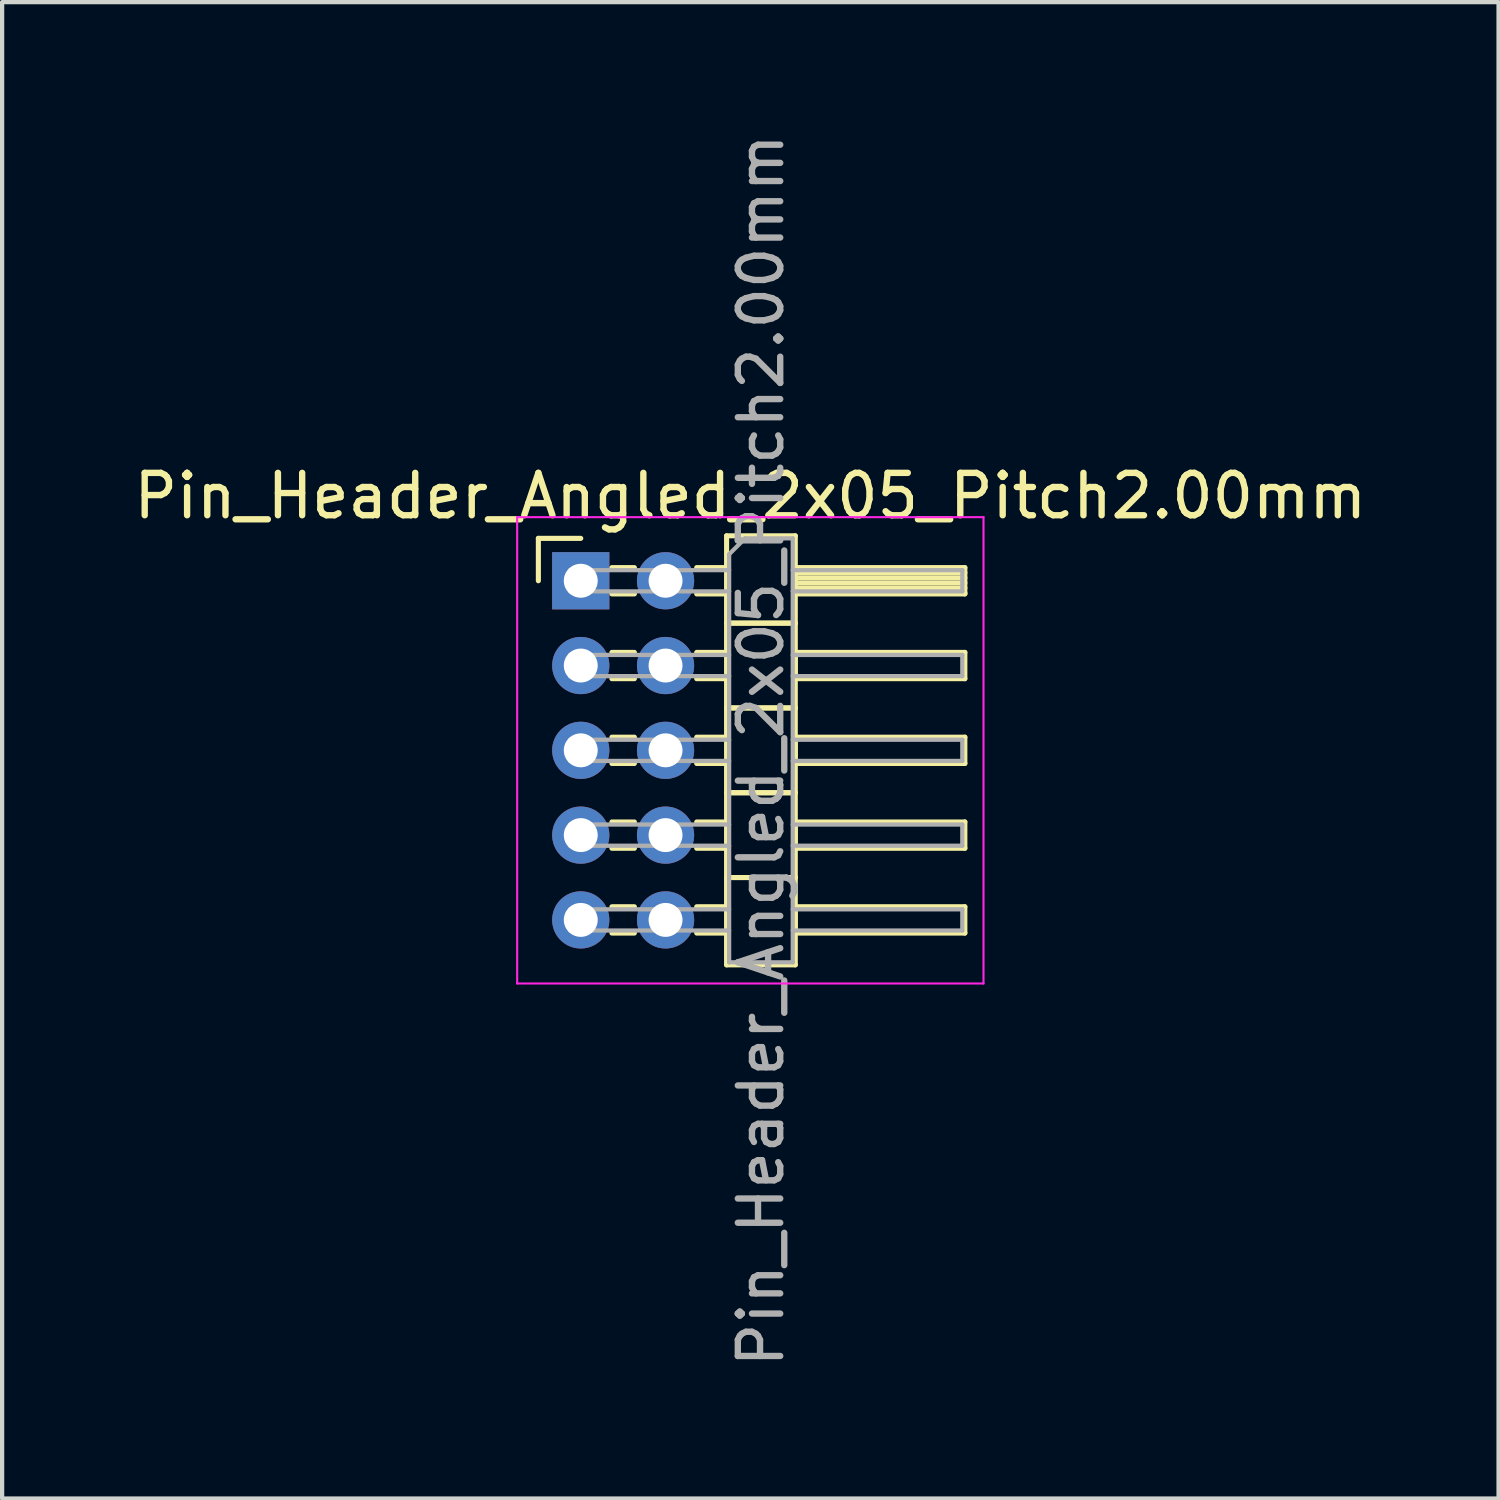
<source format=kicad_pcb>
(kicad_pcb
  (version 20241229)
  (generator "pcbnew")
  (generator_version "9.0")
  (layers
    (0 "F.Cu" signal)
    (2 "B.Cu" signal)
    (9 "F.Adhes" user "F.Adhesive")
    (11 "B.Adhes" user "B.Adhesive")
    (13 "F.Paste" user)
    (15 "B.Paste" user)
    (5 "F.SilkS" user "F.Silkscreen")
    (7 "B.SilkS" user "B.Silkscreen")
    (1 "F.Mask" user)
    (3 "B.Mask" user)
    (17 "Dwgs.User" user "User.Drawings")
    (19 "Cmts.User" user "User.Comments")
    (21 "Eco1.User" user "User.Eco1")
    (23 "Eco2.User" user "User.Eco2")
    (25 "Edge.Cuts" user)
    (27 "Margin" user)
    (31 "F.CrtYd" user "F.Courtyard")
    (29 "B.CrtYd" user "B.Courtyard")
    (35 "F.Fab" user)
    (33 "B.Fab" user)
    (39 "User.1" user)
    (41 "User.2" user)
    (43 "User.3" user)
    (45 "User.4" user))
  (footprint "Pin_Header_Angled_2x05_Pitch2.00mm"
    (layer "F.Cu")
    (at 10.649 10.649)
    (property "Reference" "Pin_Header_Angled_2x05_Pitch2.00mm" (at 4 -2 0) (layer "F.SilkS") (effects (font (size 1 1) (thickness 0.15))))
    (attr through_hole)
    (fp_line (start -1 -1) (end 0 -1) (stroke (width 0.12) (type solid)) (layer "F.SilkS"))
    (fp_line (start -1 0) (end -1 -1) (stroke (width 0.12) (type solid)) (layer "F.SilkS"))
    (fp_line (start 0.735 -0.31) (end 1.265 -0.31) (stroke (width 0.12) (type solid)) (layer "F.SilkS"))
    (fp_line (start 0.735 0.31) (end 1.265 0.31) (stroke (width 0.12) (type solid)) (layer "F.SilkS"))
    (fp_line (start 0.735 1.69) (end 1.265 1.69) (stroke (width 0.12) (type solid)) (layer "F.SilkS"))
    (fp_line (start 0.735 2.31) (end 1.265 2.31) (stroke (width 0.12) (type solid)) (layer "F.SilkS"))
    (fp_line (start 0.735 3.69) (end 1.265 3.69) (stroke (width 0.12) (type solid)) (layer "F.SilkS"))
    (fp_line (start 0.735 4.31) (end 1.265 4.31) (stroke (width 0.12) (type solid)) (layer "F.SilkS"))
    (fp_line (start 0.735 5.69) (end 1.265 5.69) (stroke (width 0.12) (type solid)) (layer "F.SilkS"))
    (fp_line (start 0.735 6.31) (end 1.265 6.31) (stroke (width 0.12) (type solid)) (layer "F.SilkS"))
    (fp_line (start 0.735 7.69) (end 1.265 7.69) (stroke (width 0.12) (type solid)) (layer "F.SilkS"))
    (fp_line (start 0.735 8.31) (end 1.265 8.31) (stroke (width 0.12) (type solid)) (layer "F.SilkS"))
    (fp_line (start 2.735 -0.31) (end 3.44 -0.31) (stroke (width 0.12) (type solid)) (layer "F.SilkS"))
    (fp_line (start 2.735 0.31) (end 3.44 0.31) (stroke (width 0.12) (type solid)) (layer "F.SilkS"))
    (fp_line (start 2.735 1.69) (end 3.44 1.69) (stroke (width 0.12) (type solid)) (layer "F.SilkS"))
    (fp_line (start 2.735 2.31) (end 3.44 2.31) (stroke (width 0.12) (type solid)) (layer "F.SilkS"))
    (fp_line (start 2.735 3.69) (end 3.44 3.69) (stroke (width 0.12) (type solid)) (layer "F.SilkS"))
    (fp_line (start 2.735 4.31) (end 3.44 4.31) (stroke (width 0.12) (type solid)) (layer "F.SilkS"))
    (fp_line (start 2.735 5.69) (end 3.44 5.69) (stroke (width 0.12) (type solid)) (layer "F.SilkS"))
    (fp_line (start 2.735 6.31) (end 3.44 6.31) (stroke (width 0.12) (type solid)) (layer "F.SilkS"))
    (fp_line (start 2.735 7.69) (end 3.44 7.69) (stroke (width 0.12) (type solid)) (layer "F.SilkS"))
    (fp_line (start 2.735 8.31) (end 3.44 8.31) (stroke (width 0.12) (type solid)) (layer "F.SilkS"))
    (fp_line (start 3.44 -1.06) (end 3.44 1) (stroke (width 0.12) (type solid)) (layer "F.SilkS"))
    (fp_line (start 3.44 1) (end 3.44 3) (stroke (width 0.12) (type solid)) (layer "F.SilkS"))
    (fp_line (start 3.44 1) (end 5.06 1) (stroke (width 0.12) (type solid)) (layer "F.SilkS"))
    (fp_line (start 3.44 3) (end 3.44 5) (stroke (width 0.12) (type solid)) (layer "F.SilkS"))
    (fp_line (start 3.44 3) (end 5.06 3) (stroke (width 0.12) (type solid)) (layer "F.SilkS"))
    (fp_line (start 3.44 5) (end 3.44 7) (stroke (width 0.12) (type solid)) (layer "F.SilkS"))
    (fp_line (start 3.44 5) (end 5.06 5) (stroke (width 0.12) (type solid)) (layer "F.SilkS"))
    (fp_line (start 3.44 7) (end 3.44 9.06) (stroke (width 0.12) (type solid)) (layer "F.SilkS"))
    (fp_line (start 3.44 7) (end 5.06 7) (stroke (width 0.12) (type solid)) (layer "F.SilkS"))
    (fp_line (start 3.44 9.06) (end 5.06 9.06) (stroke (width 0.12) (type solid)) (layer "F.SilkS"))
    (fp_line (start 5.06 -1.06) (end 3.44 -1.06) (stroke (width 0.12) (type solid)) (layer "F.SilkS"))
    (fp_line (start 5.06 -0.31) (end 5.06 0.31) (stroke (width 0.12) (type solid)) (layer "F.SilkS"))
    (fp_line (start 5.06 -0.19) (end 9.06 -0.19) (stroke (width 0.12) (type solid)) (layer "F.SilkS"))
    (fp_line (start 5.06 -0.07) (end 9.06 -0.07) (stroke (width 0.12) (type solid)) (layer "F.SilkS"))
    (fp_line (start 5.06 0.05) (end 9.06 0.05) (stroke (width 0.12) (type solid)) (layer "F.SilkS"))
    (fp_line (start 5.06 0.17) (end 9.06 0.17) (stroke (width 0.12) (type solid)) (layer "F.SilkS"))
    (fp_line (start 5.06 0.29) (end 9.06 0.29) (stroke (width 0.12) (type solid)) (layer "F.SilkS"))
    (fp_line (start 5.06 0.31) (end 9.06 0.31) (stroke (width 0.12) (type solid)) (layer "F.SilkS"))
    (fp_line (start 5.06 1) (end 3.44 1) (stroke (width 0.12) (type solid)) (layer "F.SilkS"))
    (fp_line (start 5.06 1) (end 5.06 -1.06) (stroke (width 0.12) (type solid)) (layer "F.SilkS"))
    (fp_line (start 5.06 1.69) (end 5.06 2.31) (stroke (width 0.12) (type solid)) (layer "F.SilkS"))
    (fp_line (start 5.06 2.31) (end 9.06 2.31) (stroke (width 0.12) (type solid)) (layer "F.SilkS"))
    (fp_line (start 5.06 3) (end 3.44 3) (stroke (width 0.12) (type solid)) (layer "F.SilkS"))
    (fp_line (start 5.06 3) (end 5.06 1) (stroke (width 0.12) (type solid)) (layer "F.SilkS"))
    (fp_line (start 5.06 3.69) (end 5.06 4.31) (stroke (width 0.12) (type solid)) (layer "F.SilkS"))
    (fp_line (start 5.06 4.31) (end 9.06 4.31) (stroke (width 0.12) (type solid)) (layer "F.SilkS"))
    (fp_line (start 5.06 5) (end 3.44 5) (stroke (width 0.12) (type solid)) (layer "F.SilkS"))
    (fp_line (start 5.06 5) (end 5.06 3) (stroke (width 0.12) (type solid)) (layer "F.SilkS"))
    (fp_line (start 5.06 5.69) (end 5.06 6.31) (stroke (width 0.12) (type solid)) (layer "F.SilkS"))
    (fp_line (start 5.06 6.31) (end 9.06 6.31) (stroke (width 0.12) (type solid)) (layer "F.SilkS"))
    (fp_line (start 5.06 7) (end 3.44 7) (stroke (width 0.12) (type solid)) (layer "F.SilkS"))
    (fp_line (start 5.06 7) (end 5.06 5) (stroke (width 0.12) (type solid)) (layer "F.SilkS"))
    (fp_line (start 5.06 7.69) (end 5.06 8.31) (stroke (width 0.12) (type solid)) (layer "F.SilkS"))
    (fp_line (start 5.06 8.31) (end 9.06 8.31) (stroke (width 0.12) (type solid)) (layer "F.SilkS"))
    (fp_line (start 5.06 9.06) (end 5.06 7) (stroke (width 0.12) (type solid)) (layer "F.SilkS"))
    (fp_line (start 9.06 -0.31) (end 5.06 -0.31) (stroke (width 0.12) (type solid)) (layer "F.SilkS"))
    (fp_line (start 9.06 0.31) (end 9.06 -0.31) (stroke (width 0.12) (type solid)) (layer "F.SilkS"))
    (fp_line (start 9.06 1.69) (end 5.06 1.69) (stroke (width 0.12) (type solid)) (layer "F.SilkS"))
    (fp_line (start 9.06 2.31) (end 9.06 1.69) (stroke (width 0.12) (type solid)) (layer "F.SilkS"))
    (fp_line (start 9.06 3.69) (end 5.06 3.69) (stroke (width 0.12) (type solid)) (layer "F.SilkS"))
    (fp_line (start 9.06 4.31) (end 9.06 3.69) (stroke (width 0.12) (type solid)) (layer "F.SilkS"))
    (fp_line (start 9.06 5.69) (end 5.06 5.69) (stroke (width 0.12) (type solid)) (layer "F.SilkS"))
    (fp_line (start 9.06 6.31) (end 9.06 5.69) (stroke (width 0.12) (type solid)) (layer "F.SilkS"))
    (fp_line (start 9.06 7.69) (end 5.06 7.69) (stroke (width 0.12) (type solid)) (layer "F.SilkS"))
    (fp_line (start 9.06 8.31) (end 9.06 7.69) (stroke (width 0.12) (type solid)) (layer "F.SilkS"))
    (fp_line (start -1.5 -1.5) (end -1.5 9.5) (stroke (width 0.05) (type solid)) (layer "F.CrtYd"))
    (fp_line (start -1.5 9.5) (end 9.5 9.5) (stroke (width 0.05) (type solid)) (layer "F.CrtYd"))
    (fp_line (start 9.5 -1.5) (end -1.5 -1.5) (stroke (width 0.05) (type solid)) (layer "F.CrtYd"))
    (fp_line (start 9.5 9.5) (end 9.5 -1.5) (stroke (width 0.05) (type solid)) (layer "F.CrtYd"))
    (fp_line (start -0.25 -0.25) (end -0.25 0.25) (stroke (width 0.1) (type solid)) (layer "F.Fab"))
    (fp_line (start -0.25 -0.25) (end 3.5 -0.25) (stroke (width 0.1) (type solid)) (layer "F.Fab"))
    (fp_line (start -0.25 0.25) (end 3.5 0.25) (stroke (width 0.1) (type solid)) (layer "F.Fab"))
    (fp_line (start -0.25 1.75) (end -0.25 2.25) (stroke (width 0.1) (type solid)) (layer "F.Fab"))
    (fp_line (start -0.25 1.75) (end 3.5 1.75) (stroke (width 0.1) (type solid)) (layer "F.Fab"))
    (fp_line (start -0.25 2.25) (end 3.5 2.25) (stroke (width 0.1) (type solid)) (layer "F.Fab"))
    (fp_line (start -0.25 3.75) (end -0.25 4.25) (stroke (width 0.1) (type solid)) (layer "F.Fab"))
    (fp_line (start -0.25 3.75) (end 3.5 3.75) (stroke (width 0.1) (type solid)) (layer "F.Fab"))
    (fp_line (start -0.25 4.25) (end 3.5 4.25) (stroke (width 0.1) (type solid)) (layer "F.Fab"))
    (fp_line (start -0.25 5.75) (end -0.25 6.25) (stroke (width 0.1) (type solid)) (layer "F.Fab"))
    (fp_line (start -0.25 5.75) (end 3.5 5.75) (stroke (width 0.1) (type solid)) (layer "F.Fab"))
    (fp_line (start -0.25 6.25) (end 3.5 6.25) (stroke (width 0.1) (type solid)) (layer "F.Fab"))
    (fp_line (start -0.25 7.75) (end -0.25 8.25) (stroke (width 0.1) (type solid)) (layer "F.Fab"))
    (fp_line (start -0.25 7.75) (end 3.5 7.75) (stroke (width 0.1) (type solid)) (layer "F.Fab"))
    (fp_line (start -0.25 8.25) (end 3.5 8.25) (stroke (width 0.1) (type solid)) (layer "F.Fab"))
    (fp_line (start 3.5 -0.625) (end 3.875 -1) (stroke (width 0.1) (type solid)) (layer "F.Fab"))
    (fp_line (start 3.5 9) (end 3.5 -0.625) (stroke (width 0.1) (type solid)) (layer "F.Fab"))
    (fp_line (start 3.875 -1) (end 5 -1) (stroke (width 0.1) (type solid)) (layer "F.Fab"))
    (fp_line (start 5 -1) (end 5 9) (stroke (width 0.1) (type solid)) (layer "F.Fab"))
    (fp_line (start 5 -0.25) (end 9 -0.25) (stroke (width 0.1) (type solid)) (layer "F.Fab"))
    (fp_line (start 5 0.25) (end 9 0.25) (stroke (width 0.1) (type solid)) (layer "F.Fab"))
    (fp_line (start 5 1.75) (end 9 1.75) (stroke (width 0.1) (type solid)) (layer "F.Fab"))
    (fp_line (start 5 2.25) (end 9 2.25) (stroke (width 0.1) (type solid)) (layer "F.Fab"))
    (fp_line (start 5 3.75) (end 9 3.75) (stroke (width 0.1) (type solid)) (layer "F.Fab"))
    (fp_line (start 5 4.25) (end 9 4.25) (stroke (width 0.1) (type solid)) (layer "F.Fab"))
    (fp_line (start 5 5.75) (end 9 5.75) (stroke (width 0.1) (type solid)) (layer "F.Fab"))
    (fp_line (start 5 6.25) (end 9 6.25) (stroke (width 0.1) (type solid)) (layer "F.Fab"))
    (fp_line (start 5 7.75) (end 9 7.75) (stroke (width 0.1) (type solid)) (layer "F.Fab"))
    (fp_line (start 5 8.25) (end 9 8.25) (stroke (width 0.1) (type solid)) (layer "F.Fab"))
    (fp_line (start 5 9) (end 3.5 9) (stroke (width 0.1) (type solid)) (layer "F.Fab"))
    (fp_line (start 9 -0.25) (end 9 0.25) (stroke (width 0.1) (type solid)) (layer "F.Fab"))
    (fp_line (start 9 1.75) (end 9 2.25) (stroke (width 0.1) (type solid)) (layer "F.Fab"))
    (fp_line (start 9 3.75) (end 9 4.25) (stroke (width 0.1) (type solid)) (layer "F.Fab"))
    (fp_line (start 9 5.75) (end 9 6.25) (stroke (width 0.1) (type solid)) (layer "F.Fab"))
    (fp_line (start 9 7.75) (end 9 8.25) (stroke (width 0.1) (type solid)) (layer "F.Fab"))
    (fp_text user "${REFERENCE}" (at 4.25 4 90) (layer "F.Fab") (effects (font (size 1 1) (thickness 0.15))))
    (pad "1" thru_hole rect (at 0 0) (size 1.35 1.35) (drill 0.8) (layers "*.Cu" "*.Mask"))
    (pad "2" thru_hole oval (at 2 0) (size 1.35 1.35) (drill 0.8) (layers "*.Cu" "*.Mask"))
    (pad "3" thru_hole oval (at 0 2) (size 1.35 1.35) (drill 0.8) (layers "*.Cu" "*.Mask"))
    (pad "4" thru_hole oval (at 2 2) (size 1.35 1.35) (drill 0.8) (layers "*.Cu" "*.Mask"))
    (pad "5" thru_hole oval (at 0 4) (size 1.35 1.35) (drill 0.8) (layers "*.Cu" "*.Mask"))
    (pad "6" thru_hole oval (at 2 4) (size 1.35 1.35) (drill 0.8) (layers "*.Cu" "*.Mask"))
    (pad "7" thru_hole oval (at 0 6) (size 1.35 1.35) (drill 0.8) (layers "*.Cu" "*.Mask"))
    (pad "8" thru_hole oval (at 2 6) (size 1.35 1.35) (drill 0.8) (layers "*.Cu" "*.Mask"))
    (pad "9" thru_hole oval (at 0 8) (size 1.35 1.35) (drill 0.8) (layers "*.Cu" "*.Mask"))
    (pad "10" thru_hole oval (at 2 8) (size 1.35 1.35) (drill 0.8) (layers "*.Cu" "*.Mask")))
  (gr_rect
    (start -3 -3)
    (end 32.298 32.298)
    (stroke (width 0.1) (type default))
    (fill no)
    (layer "Edge.Cuts")))
</source>
